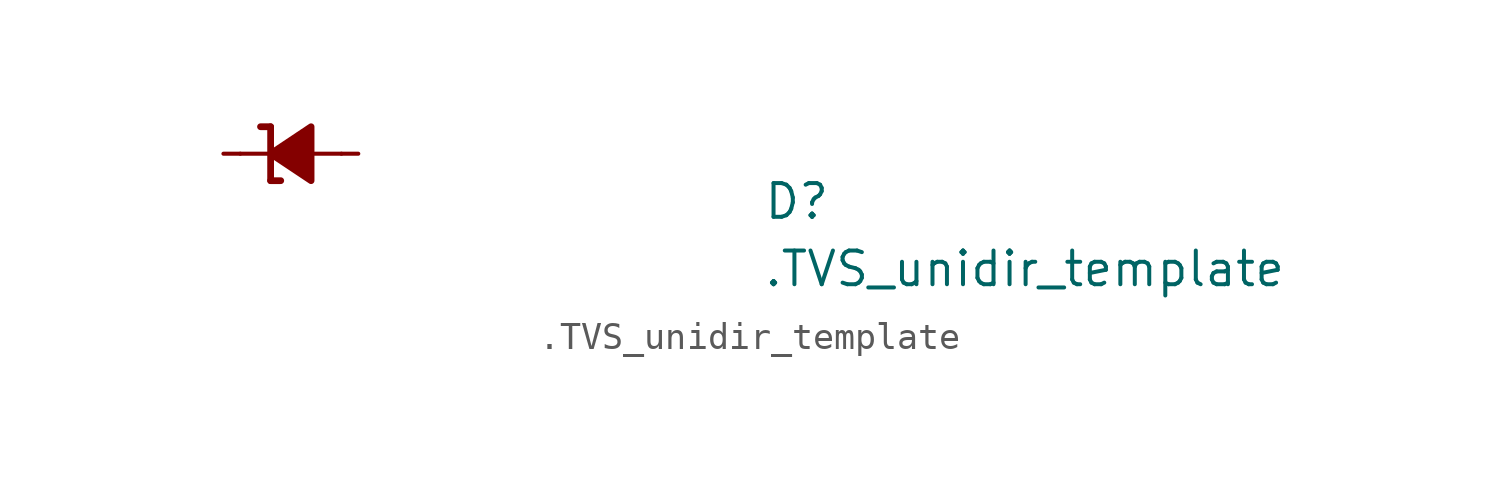
<source format=kicad_sym>
(kicad_symbol_lib
  (version 20220914)
  (generator kicad_symbol_editor)
  (symbol ".TVS_unidir_template"
    (pin_numbers hide)
    (pin_names hide)
    (property "Reference" "D"
      (at 20.32 -2.54 0)
      (effects (font (size 1.27 1.27) (thickness 0.15)) (justify left bottom)))
    (property "Value" ".TVS_unidir_template"
      (at 20.32 -5.08 0)
      (effects (font (size 1.27 1.27) (thickness 0.15)) (justify left bottom)))
    (symbol ".TVS_unidir_template_0_1"
      (polyline (pts (xy 1.905 0) (xy 0.635 0)) (stroke (width 0) (type default)) (fill (type none)))
      (polyline (pts (xy 4.445 0) (xy 3.175 0)) (stroke (width 0) (type default)) (fill (type none))))
    (symbol ".TVS_unidir_template_1_1"
      (polyline (pts (xy 1.778 1.016) (xy 1.397 1.016)) (stroke (width 0.254) (type default)) (fill (type none)))
      (polyline (pts (xy 1.778 1.016) (xy 1.778 -1.016)) (stroke (width 0.254) (type default)) (fill (type none)))
      (polyline (pts (xy 2.159 -1.016) (xy 1.778 -1.016)) (stroke (width 0.254) (type default)) (fill (type none)))
      (polyline (pts (xy 3.302 1.016) (xy 3.302 -1.016) (xy 1.778 0) (xy 3.302 1.016)) (stroke (width 0.254) (type default)) (fill (type outline)))
      (pin passive line (at 0 0 0) (length 0.635) (name "C" (effects (font (size 1.27 1.27)))) (number "1" (effects (font (size 1.27 1.27)))))
      (pin passive line (at 5.08 0 180) (length 0.635) (name "A" (effects (font (size 1.27 1.27)))) (number "2" (effects (font (size 1.27 1.27))))))))
</source>
